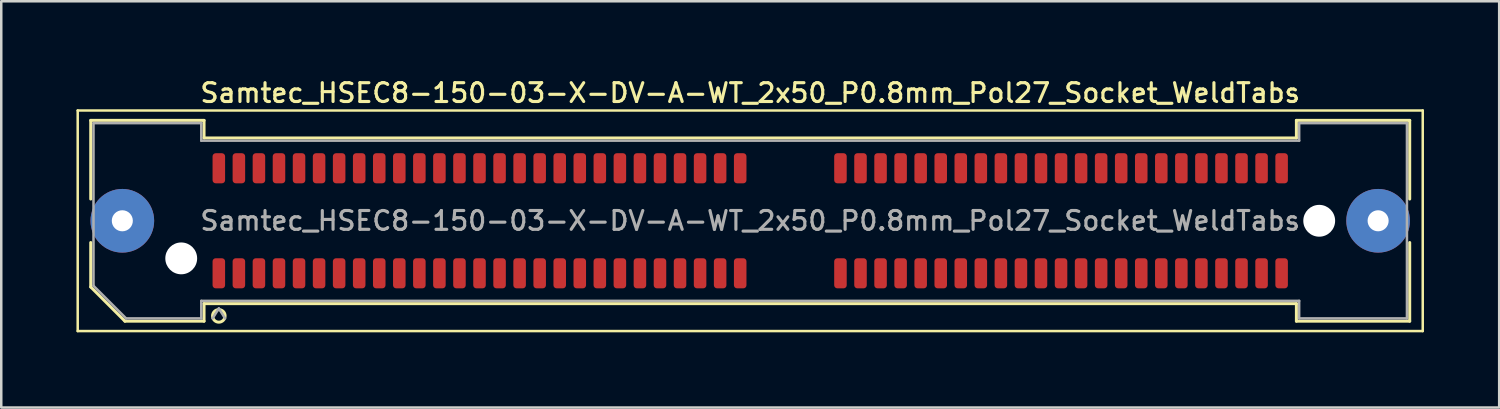
<source format=kicad_pcb>
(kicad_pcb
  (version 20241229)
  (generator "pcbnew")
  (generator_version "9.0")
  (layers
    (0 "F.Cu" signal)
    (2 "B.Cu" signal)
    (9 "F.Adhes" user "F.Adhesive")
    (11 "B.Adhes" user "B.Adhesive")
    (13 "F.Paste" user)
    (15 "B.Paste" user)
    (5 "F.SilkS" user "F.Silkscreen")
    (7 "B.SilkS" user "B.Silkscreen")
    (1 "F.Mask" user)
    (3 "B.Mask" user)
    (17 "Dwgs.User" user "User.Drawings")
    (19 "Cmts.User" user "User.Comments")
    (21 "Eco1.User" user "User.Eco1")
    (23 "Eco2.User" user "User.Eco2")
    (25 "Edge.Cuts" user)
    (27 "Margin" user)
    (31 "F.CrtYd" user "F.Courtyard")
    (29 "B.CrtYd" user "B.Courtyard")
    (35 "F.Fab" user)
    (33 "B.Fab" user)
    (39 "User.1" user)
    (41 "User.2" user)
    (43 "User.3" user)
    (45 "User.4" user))
  (footprint "Samtec_HSEC8-150-03-X-DV-A-WT_2x50_P0.8mm_Pol27_Socket_WeldTabs"
    (layer "F.Cu")
    (at 26.88 5.758)
    (property "Reference" "Samtec_HSEC8-150-03-X-DV-A-WT_2x50_P0.8mm_Pol27_Socket_WeldTabs" (at 0 -5.1 0) (layer "F.SilkS") (effects (font (size 0.75 0.75) (thickness 0.125))))
    (attr smd)
    (fp_line (start -26.83 -4.4) (end -26.83 4.4) (stroke (width 0.1) (type solid)) (layer "F.SilkS"))
    (fp_line (start -26.83 4.4) (end 26.83 4.4) (stroke (width 0.1) (type solid)) (layer "F.SilkS"))
    (fp_line (start -26.31 -4.005) (end -21.79 -4.005) (stroke (width 0.12) (type solid)) (layer "F.SilkS"))
    (fp_line (start -26.31 -0.868) (end -26.31 -4.005) (stroke (width 0.12) (type solid)) (layer "F.SilkS"))
    (fp_line (start -26.31 2.641) (end -26.31 0.868) (stroke (width 0.12) (type solid)) (layer "F.SilkS"))
    (fp_line (start -24.946 4.005) (end -26.31 2.641) (stroke (width 0.12) (type solid)) (layer "F.SilkS"))
    (fp_line (start -21.79 -4.005) (end -21.79 -3.305) (stroke (width 0.12) (type solid)) (layer "F.SilkS"))
    (fp_line (start -21.79 -3.305) (end 21.79 -3.305) (stroke (width 0.12) (type solid)) (layer "F.SilkS"))
    (fp_line (start -21.79 3.305) (end -21.79 4.005) (stroke (width 0.12) (type solid)) (layer "F.SilkS"))
    (fp_line (start -21.79 4.005) (end -24.946 4.005) (stroke (width 0.12) (type solid)) (layer "F.SilkS"))
    (fp_line (start 21.79 -4.005) (end 26.31 -4.005) (stroke (width 0.12) (type solid)) (layer "F.SilkS"))
    (fp_line (start 21.79 -3.305) (end 21.79 -4.005) (stroke (width 0.12) (type solid)) (layer "F.SilkS"))
    (fp_line (start 21.79 3.305) (end -21.79 3.305) (stroke (width 0.12) (type solid)) (layer "F.SilkS"))
    (fp_line (start 21.79 4.005) (end 21.79 3.305) (stroke (width 0.12) (type solid)) (layer "F.SilkS"))
    (fp_line (start 26.31 -4.005) (end 26.31 -0.868) (stroke (width 0.12) (type solid)) (layer "F.SilkS"))
    (fp_line (start 26.31 0.868) (end 26.31 4.005) (stroke (width 0.12) (type solid)) (layer "F.SilkS"))
    (fp_line (start 26.31 4.005) (end 21.79 4.005) (stroke (width 0.12) (type solid)) (layer "F.SilkS"))
    (fp_line (start 26.83 -4.4) (end -26.83 -4.4) (stroke (width 0.1) (type solid)) (layer "F.SilkS"))
    (fp_line (start 26.83 4.4) (end 26.83 -4.4) (stroke (width 0.1) (type solid)) (layer "F.SilkS"))
    (fp_arc (start -20.95 3.795) (mid -21.45 3.795) (end -20.95 3.795) (stroke (width 0.12) (type solid)) (layer "F.SilkS"))
    (fp_line (start -26.2 -3.895) (end -21.9 -3.895) (stroke (width 0.1) (type solid)) (layer "F.Fab"))
    (fp_line (start -26.2 2.595) (end -26.2 -3.895) (stroke (width 0.1) (type solid)) (layer "F.Fab"))
    (fp_line (start -24.9 3.895) (end -26.2 2.595) (stroke (width 0.1) (type solid)) (layer "F.Fab"))
    (fp_line (start -21.9 -3.895) (end -21.9 -3.195) (stroke (width 0.1) (type solid)) (layer "F.Fab"))
    (fp_line (start -21.9 -3.195) (end 21.9 -3.195) (stroke (width 0.1) (type solid)) (layer "F.Fab"))
    (fp_line (start -21.9 3.195) (end -21.9 3.895) (stroke (width 0.1) (type solid)) (layer "F.Fab"))
    (fp_line (start -21.9 3.895) (end -24.9 3.895) (stroke (width 0.1) (type solid)) (layer "F.Fab"))
    (fp_line (start -21.2 3.495) (end -21.45 3.895) (stroke (width 0.1) (type solid)) (layer "F.Fab"))
    (fp_line (start -21.2 3.495) (end -20.95 3.895) (stroke (width 0.1) (type solid)) (layer "F.Fab"))
    (fp_line (start 21.9 -3.895) (end 26.2 -3.895) (stroke (width 0.1) (type solid)) (layer "F.Fab"))
    (fp_line (start 21.9 -3.195) (end 21.9 -3.895) (stroke (width 0.1) (type solid)) (layer "F.Fab"))
    (fp_line (start 21.9 3.195) (end -21.9 3.195) (stroke (width 0.1) (type solid)) (layer "F.Fab"))
    (fp_line (start 21.9 3.895) (end 21.9 3.195) (stroke (width 0.1) (type solid)) (layer "F.Fab"))
    (fp_line (start 26.2 -3.895) (end 26.2 3.895) (stroke (width 0.1) (type solid)) (layer "F.Fab"))
    (fp_line (start 26.2 3.895) (end 21.9 3.895) (stroke (width 0.1) (type solid)) (layer "F.Fab"))
    (fp_text user "${REFERENCE}" (at 0 0 0) (layer "F.Fab") (effects (font (size 0.75 0.75) (thickness 0.125))))
    (pad "" thru_hole circle (at -25.05 0) (size 2.54 2.54) (drill 0.84) (layers "*.Cu" "*.Mask" "F.Paste"))
    (pad "" np_thru_hole circle (at -22.7 1.5) (size 1.27 1.27) (drill 1.27) (layers "*.Cu" "*.Mask"))
    (pad "" np_thru_hole circle (at 22.7 0) (size 1.27 1.27) (drill 1.27) (layers "*.Cu" "*.Mask"))
    (pad "" thru_hole circle (at 25.05 0) (size 2.54 2.54) (drill 0.84) (layers "*.Cu" "*.Mask" "F.Paste"))
    (pad "1" smd roundrect (at -21.2 2.095) (size 0.5 1.2) (layers "F.Cu" "F.Mask" "F.Paste") (roundrect_rratio 0.25))
    (pad "2" smd roundrect (at -21.2 -2.095) (size 0.5 1.2) (layers "F.Cu" "F.Mask" "F.Paste") (roundrect_rratio 0.25))
    (pad "3" smd roundrect (at -20.4 2.095) (size 0.5 1.2) (layers "F.Cu" "F.Mask" "F.Paste") (roundrect_rratio 0.25))
    (pad "4" smd roundrect (at -20.4 -2.095) (size 0.5 1.2) (layers "F.Cu" "F.Mask" "F.Paste") (roundrect_rratio 0.25))
    (pad "5" smd roundrect (at -19.6 2.095) (size 0.5 1.2) (layers "F.Cu" "F.Mask" "F.Paste") (roundrect_rratio 0.25))
    (pad "6" smd roundrect (at -19.6 -2.095) (size 0.5 1.2) (layers "F.Cu" "F.Mask" "F.Paste") (roundrect_rratio 0.25))
    (pad "7" smd roundrect (at -18.8 2.095) (size 0.5 1.2) (layers "F.Cu" "F.Mask" "F.Paste") (roundrect_rratio 0.25))
    (pad "8" smd roundrect (at -18.8 -2.095) (size 0.5 1.2) (layers "F.Cu" "F.Mask" "F.Paste") (roundrect_rratio 0.25))
    (pad "9" smd roundrect (at -18 2.095) (size 0.5 1.2) (layers "F.Cu" "F.Mask" "F.Paste") (roundrect_rratio 0.25))
    (pad "10" smd roundrect (at -18 -2.095) (size 0.5 1.2) (layers "F.Cu" "F.Mask" "F.Paste") (roundrect_rratio 0.25))
    (pad "11" smd roundrect (at -17.2 2.095) (size 0.5 1.2) (layers "F.Cu" "F.Mask" "F.Paste") (roundrect_rratio 0.25))
    (pad "12" smd roundrect (at -17.2 -2.095) (size 0.5 1.2) (layers "F.Cu" "F.Mask" "F.Paste") (roundrect_rratio 0.25))
    (pad "13" smd roundrect (at -16.4 2.095) (size 0.5 1.2) (layers "F.Cu" "F.Mask" "F.Paste") (roundrect_rratio 0.25))
    (pad "14" smd roundrect (at -16.4 -2.095) (size 0.5 1.2) (layers "F.Cu" "F.Mask" "F.Paste") (roundrect_rratio 0.25))
    (pad "15" smd roundrect (at -15.6 2.095) (size 0.5 1.2) (layers "F.Cu" "F.Mask" "F.Paste") (roundrect_rratio 0.25))
    (pad "16" smd roundrect (at -15.6 -2.095) (size 0.5 1.2) (layers "F.Cu" "F.Mask" "F.Paste") (roundrect_rratio 0.25))
    (pad "17" smd roundrect (at -14.8 2.095) (size 0.5 1.2) (layers "F.Cu" "F.Mask" "F.Paste") (roundrect_rratio 0.25))
    (pad "18" smd roundrect (at -14.8 -2.095) (size 0.5 1.2) (layers "F.Cu" "F.Mask" "F.Paste") (roundrect_rratio 0.25))
    (pad "19" smd roundrect (at -14 2.095) (size 0.5 1.2) (layers "F.Cu" "F.Mask" "F.Paste") (roundrect_rratio 0.25))
    (pad "20" smd roundrect (at -14 -2.095) (size 0.5 1.2) (layers "F.Cu" "F.Mask" "F.Paste") (roundrect_rratio 0.25))
    (pad "21" smd roundrect (at -13.2 2.095) (size 0.5 1.2) (layers "F.Cu" "F.Mask" "F.Paste") (roundrect_rratio 0.25))
    (pad "22" smd roundrect (at -13.2 -2.095) (size 0.5 1.2) (layers "F.Cu" "F.Mask" "F.Paste") (roundrect_rratio 0.25))
    (pad "23" smd roundrect (at -12.4 2.095) (size 0.5 1.2) (layers "F.Cu" "F.Mask" "F.Paste") (roundrect_rratio 0.25))
    (pad "24" smd roundrect (at -12.4 -2.095) (size 0.5 1.2) (layers "F.Cu" "F.Mask" "F.Paste") (roundrect_rratio 0.25))
    (pad "25" smd roundrect (at -11.6 2.095) (size 0.5 1.2) (layers "F.Cu" "F.Mask" "F.Paste") (roundrect_rratio 0.25))
    (pad "26" smd roundrect (at -11.6 -2.095) (size 0.5 1.2) (layers "F.Cu" "F.Mask" "F.Paste") (roundrect_rratio 0.25))
    (pad "27" smd roundrect (at -10.8 2.095) (size 0.5 1.2) (layers "F.Cu" "F.Mask" "F.Paste") (roundrect_rratio 0.25))
    (pad "28" smd roundrect (at -10.8 -2.095) (size 0.5 1.2) (layers "F.Cu" "F.Mask" "F.Paste") (roundrect_rratio 0.25))
    (pad "29" smd roundrect (at -10 2.095) (size 0.5 1.2) (layers "F.Cu" "F.Mask" "F.Paste") (roundrect_rratio 0.25))
    (pad "30" smd roundrect (at -10 -2.095) (size 0.5 1.2) (layers "F.Cu" "F.Mask" "F.Paste") (roundrect_rratio 0.25))
    (pad "31" smd roundrect (at -9.2 2.095) (size 0.5 1.2) (layers "F.Cu" "F.Mask" "F.Paste") (roundrect_rratio 0.25))
    (pad "32" smd roundrect (at -9.2 -2.095) (size 0.5 1.2) (layers "F.Cu" "F.Mask" "F.Paste") (roundrect_rratio 0.25))
    (pad "33" smd roundrect (at -8.4 2.095) (size 0.5 1.2) (layers "F.Cu" "F.Mask" "F.Paste") (roundrect_rratio 0.25))
    (pad "34" smd roundrect (at -8.4 -2.095) (size 0.5 1.2) (layers "F.Cu" "F.Mask" "F.Paste") (roundrect_rratio 0.25))
    (pad "35" smd roundrect (at -7.6 2.095) (size 0.5 1.2) (layers "F.Cu" "F.Mask" "F.Paste") (roundrect_rratio 0.25))
    (pad "36" smd roundrect (at -7.6 -2.095) (size 0.5 1.2) (layers "F.Cu" "F.Mask" "F.Paste") (roundrect_rratio 0.25))
    (pad "37" smd roundrect (at -6.8 2.095) (size 0.5 1.2) (layers "F.Cu" "F.Mask" "F.Paste") (roundrect_rratio 0.25))
    (pad "38" smd roundrect (at -6.8 -2.095) (size 0.5 1.2) (layers "F.Cu" "F.Mask" "F.Paste") (roundrect_rratio 0.25))
    (pad "39" smd roundrect (at -6 2.095) (size 0.5 1.2) (layers "F.Cu" "F.Mask" "F.Paste") (roundrect_rratio 0.25))
    (pad "40" smd roundrect (at -6 -2.095) (size 0.5 1.2) (layers "F.Cu" "F.Mask" "F.Paste") (roundrect_rratio 0.25))
    (pad "41" smd roundrect (at -5.2 2.095) (size 0.5 1.2) (layers "F.Cu" "F.Mask" "F.Paste") (roundrect_rratio 0.25))
    (pad "42" smd roundrect (at -5.2 -2.095) (size 0.5 1.2) (layers "F.Cu" "F.Mask" "F.Paste") (roundrect_rratio 0.25))
    (pad "43" smd roundrect (at -4.4 2.095) (size 0.5 1.2) (layers "F.Cu" "F.Mask" "F.Paste") (roundrect_rratio 0.25))
    (pad "44" smd roundrect (at -4.4 -2.095) (size 0.5 1.2) (layers "F.Cu" "F.Mask" "F.Paste") (roundrect_rratio 0.25))
    (pad "45" smd roundrect (at -3.6 2.095) (size 0.5 1.2) (layers "F.Cu" "F.Mask" "F.Paste") (roundrect_rratio 0.25))
    (pad "46" smd roundrect (at -3.6 -2.095) (size 0.5 1.2) (layers "F.Cu" "F.Mask" "F.Paste") (roundrect_rratio 0.25))
    (pad "47" smd roundrect (at -2.8 2.095) (size 0.5 1.2) (layers "F.Cu" "F.Mask" "F.Paste") (roundrect_rratio 0.25))
    (pad "48" smd roundrect (at -2.8 -2.095) (size 0.5 1.2) (layers "F.Cu" "F.Mask" "F.Paste") (roundrect_rratio 0.25))
    (pad "49" smd roundrect (at -2 2.095) (size 0.5 1.2) (layers "F.Cu" "F.Mask" "F.Paste") (roundrect_rratio 0.25))
    (pad "50" smd roundrect (at -2 -2.095) (size 0.5 1.2) (layers "F.Cu" "F.Mask" "F.Paste") (roundrect_rratio 0.25))
    (pad "51" smd roundrect (at -1.2 2.095) (size 0.5 1.2) (layers "F.Cu" "F.Mask" "F.Paste") (roundrect_rratio 0.25))
    (pad "52" smd roundrect (at -1.2 -2.095) (size 0.5 1.2) (layers "F.Cu" "F.Mask" "F.Paste") (roundrect_rratio 0.25))
    (pad "53" smd roundrect (at -0.4 2.095) (size 0.5 1.2) (layers "F.Cu" "F.Mask" "F.Paste") (roundrect_rratio 0.25))
    (pad "54" smd roundrect (at -0.4 -2.095) (size 0.5 1.2) (layers "F.Cu" "F.Mask" "F.Paste") (roundrect_rratio 0.25))
    (pad "55" smd roundrect (at 3.6 2.095) (size 0.5 1.2) (layers "F.Cu" "F.Mask" "F.Paste") (roundrect_rratio 0.25))
    (pad "56" smd roundrect (at 3.6 -2.095) (size 0.5 1.2) (layers "F.Cu" "F.Mask" "F.Paste") (roundrect_rratio 0.25))
    (pad "57" smd roundrect (at 4.4 2.095) (size 0.5 1.2) (layers "F.Cu" "F.Mask" "F.Paste") (roundrect_rratio 0.25))
    (pad "58" smd roundrect (at 4.4 -2.095) (size 0.5 1.2) (layers "F.Cu" "F.Mask" "F.Paste") (roundrect_rratio 0.25))
    (pad "59" smd roundrect (at 5.2 2.095) (size 0.5 1.2) (layers "F.Cu" "F.Mask" "F.Paste") (roundrect_rratio 0.25))
    (pad "60" smd roundrect (at 5.2 -2.095) (size 0.5 1.2) (layers "F.Cu" "F.Mask" "F.Paste") (roundrect_rratio 0.25))
    (pad "61" smd roundrect (at 6 2.095) (size 0.5 1.2) (layers "F.Cu" "F.Mask" "F.Paste") (roundrect_rratio 0.25))
    (pad "62" smd roundrect (at 6 -2.095) (size 0.5 1.2) (layers "F.Cu" "F.Mask" "F.Paste") (roundrect_rratio 0.25))
    (pad "63" smd roundrect (at 6.8 2.095) (size 0.5 1.2) (layers "F.Cu" "F.Mask" "F.Paste") (roundrect_rratio 0.25))
    (pad "64" smd roundrect (at 6.8 -2.095) (size 0.5 1.2) (layers "F.Cu" "F.Mask" "F.Paste") (roundrect_rratio 0.25))
    (pad "65" smd roundrect (at 7.6 2.095) (size 0.5 1.2) (layers "F.Cu" "F.Mask" "F.Paste") (roundrect_rratio 0.25))
    (pad "66" smd roundrect (at 7.6 -2.095) (size 0.5 1.2) (layers "F.Cu" "F.Mask" "F.Paste") (roundrect_rratio 0.25))
    (pad "67" smd roundrect (at 8.4 2.095) (size 0.5 1.2) (layers "F.Cu" "F.Mask" "F.Paste") (roundrect_rratio 0.25))
    (pad "68" smd roundrect (at 8.4 -2.095) (size 0.5 1.2) (layers "F.Cu" "F.Mask" "F.Paste") (roundrect_rratio 0.25))
    (pad "69" smd roundrect (at 9.2 2.095) (size 0.5 1.2) (layers "F.Cu" "F.Mask" "F.Paste") (roundrect_rratio 0.25))
    (pad "70" smd roundrect (at 9.2 -2.095) (size 0.5 1.2) (layers "F.Cu" "F.Mask" "F.Paste") (roundrect_rratio 0.25))
    (pad "71" smd roundrect (at 10 2.095) (size 0.5 1.2) (layers "F.Cu" "F.Mask" "F.Paste") (roundrect_rratio 0.25))
    (pad "72" smd roundrect (at 10 -2.095) (size 0.5 1.2) (layers "F.Cu" "F.Mask" "F.Paste") (roundrect_rratio 0.25))
    (pad "73" smd roundrect (at 10.8 2.095) (size 0.5 1.2) (layers "F.Cu" "F.Mask" "F.Paste") (roundrect_rratio 0.25))
    (pad "74" smd roundrect (at 10.8 -2.095) (size 0.5 1.2) (layers "F.Cu" "F.Mask" "F.Paste") (roundrect_rratio 0.25))
    (pad "75" smd roundrect (at 11.6 2.095) (size 0.5 1.2) (layers "F.Cu" "F.Mask" "F.Paste") (roundrect_rratio 0.25))
    (pad "76" smd roundrect (at 11.6 -2.095) (size 0.5 1.2) (layers "F.Cu" "F.Mask" "F.Paste") (roundrect_rratio 0.25))
    (pad "77" smd roundrect (at 12.4 2.095) (size 0.5 1.2) (layers "F.Cu" "F.Mask" "F.Paste") (roundrect_rratio 0.25))
    (pad "78" smd roundrect (at 12.4 -2.095) (size 0.5 1.2) (layers "F.Cu" "F.Mask" "F.Paste") (roundrect_rratio 0.25))
    (pad "79" smd roundrect (at 13.2 2.095) (size 0.5 1.2) (layers "F.Cu" "F.Mask" "F.Paste") (roundrect_rratio 0.25))
    (pad "80" smd roundrect (at 13.2 -2.095) (size 0.5 1.2) (layers "F.Cu" "F.Mask" "F.Paste") (roundrect_rratio 0.25))
    (pad "81" smd roundrect (at 14 2.095) (size 0.5 1.2) (layers "F.Cu" "F.Mask" "F.Paste") (roundrect_rratio 0.25))
    (pad "82" smd roundrect (at 14 -2.095) (size 0.5 1.2) (layers "F.Cu" "F.Mask" "F.Paste") (roundrect_rratio 0.25))
    (pad "83" smd roundrect (at 14.8 2.095) (size 0.5 1.2) (layers "F.Cu" "F.Mask" "F.Paste") (roundrect_rratio 0.25))
    (pad "84" smd roundrect (at 14.8 -2.095) (size 0.5 1.2) (layers "F.Cu" "F.Mask" "F.Paste") (roundrect_rratio 0.25))
    (pad "85" smd roundrect (at 15.6 2.095) (size 0.5 1.2) (layers "F.Cu" "F.Mask" "F.Paste") (roundrect_rratio 0.25))
    (pad "86" smd roundrect (at 15.6 -2.095) (size 0.5 1.2) (layers "F.Cu" "F.Mask" "F.Paste") (roundrect_rratio 0.25))
    (pad "87" smd roundrect (at 16.4 2.095) (size 0.5 1.2) (layers "F.Cu" "F.Mask" "F.Paste") (roundrect_rratio 0.25))
    (pad "88" smd roundrect (at 16.4 -2.095) (size 0.5 1.2) (layers "F.Cu" "F.Mask" "F.Paste") (roundrect_rratio 0.25))
    (pad "89" smd roundrect (at 17.2 2.095) (size 0.5 1.2) (layers "F.Cu" "F.Mask" "F.Paste") (roundrect_rratio 0.25))
    (pad "90" smd roundrect (at 17.2 -2.095) (size 0.5 1.2) (layers "F.Cu" "F.Mask" "F.Paste") (roundrect_rratio 0.25))
    (pad "91" smd roundrect (at 18 2.095) (size 0.5 1.2) (layers "F.Cu" "F.Mask" "F.Paste") (roundrect_rratio 0.25))
    (pad "92" smd roundrect (at 18 -2.095) (size 0.5 1.2) (layers "F.Cu" "F.Mask" "F.Paste") (roundrect_rratio 0.25))
    (pad "93" smd roundrect (at 18.8 2.095) (size 0.5 1.2) (layers "F.Cu" "F.Mask" "F.Paste") (roundrect_rratio 0.25))
    (pad "94" smd roundrect (at 18.8 -2.095) (size 0.5 1.2) (layers "F.Cu" "F.Mask" "F.Paste") (roundrect_rratio 0.25))
    (pad "95" smd roundrect (at 19.6 2.095) (size 0.5 1.2) (layers "F.Cu" "F.Mask" "F.Paste") (roundrect_rratio 0.25))
    (pad "96" smd roundrect (at 19.6 -2.095) (size 0.5 1.2) (layers "F.Cu" "F.Mask" "F.Paste") (roundrect_rratio 0.25))
    (pad "97" smd roundrect (at 20.4 2.095) (size 0.5 1.2) (layers "F.Cu" "F.Mask" "F.Paste") (roundrect_rratio 0.25))
    (pad "98" smd roundrect (at 20.4 -2.095) (size 0.5 1.2) (layers "F.Cu" "F.Mask" "F.Paste") (roundrect_rratio 0.25))
    (pad "99" smd roundrect (at 21.2 2.095) (size 0.5 1.2) (layers "F.Cu" "F.Mask" "F.Paste") (roundrect_rratio 0.25))
    (pad "100" smd roundrect (at 21.2 -2.095) (size 0.5 1.2) (layers "F.Cu" "F.Mask" "F.Paste") (roundrect_rratio 0.25)))
  (gr_rect
    (start -3 -3)
    (end 56.76 13.208)
    (stroke (width 0.1) (type default))
    (fill no)
    (layer "Edge.Cuts")))
</source>
